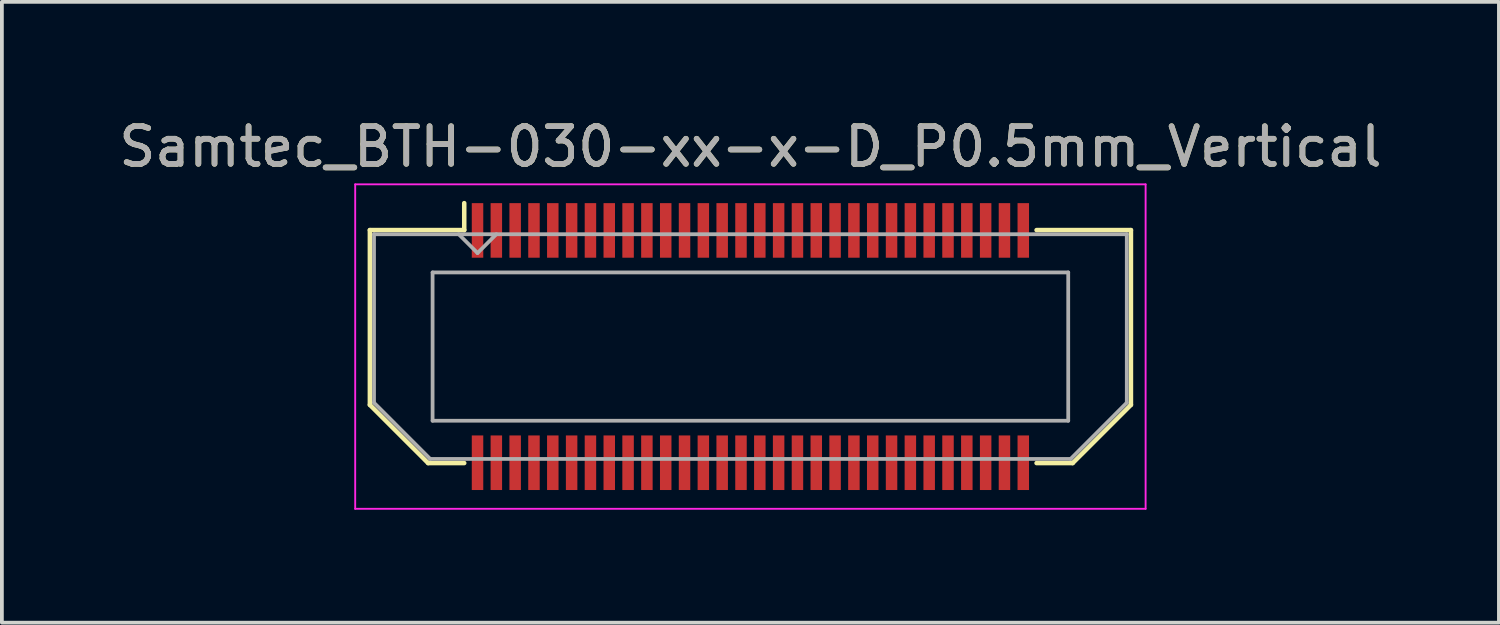
<source format=kicad_pcb>
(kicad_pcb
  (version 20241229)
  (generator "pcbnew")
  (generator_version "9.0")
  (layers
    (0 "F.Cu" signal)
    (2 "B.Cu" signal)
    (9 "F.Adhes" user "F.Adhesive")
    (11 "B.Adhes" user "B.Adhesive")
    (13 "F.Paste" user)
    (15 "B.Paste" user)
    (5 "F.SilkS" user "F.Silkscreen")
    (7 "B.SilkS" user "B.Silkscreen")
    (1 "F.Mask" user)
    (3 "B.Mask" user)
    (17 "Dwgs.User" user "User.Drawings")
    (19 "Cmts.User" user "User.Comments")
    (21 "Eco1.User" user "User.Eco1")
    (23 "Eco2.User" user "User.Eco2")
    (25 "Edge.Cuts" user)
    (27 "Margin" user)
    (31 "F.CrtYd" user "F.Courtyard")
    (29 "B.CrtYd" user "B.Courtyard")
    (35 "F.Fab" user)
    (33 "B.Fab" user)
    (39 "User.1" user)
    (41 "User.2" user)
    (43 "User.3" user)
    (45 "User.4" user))
  (footprint "Samtec_BTH-030-xx-x-D_P0.5mm_Vertical"
    (layer "F.Cu")
    (at 16.887 6.158)
    (property "Reference" "Samtec_BTH-030-xx-x-D_P0.5mm_Vertical" (at 0 -5.31 0) (layer "F.SilkS") (effects (font (size 1 1) (thickness 0.15))))
    (attr smd)
    (fp_line (start -10.11 -3.095) (end -10.11 1.548) (stroke (width 0.12) (type solid)) (layer "F.SilkS"))
    (fp_line (start -10.11 1.548) (end -8.562 3.095) (stroke (width 0.12) (type solid)) (layer "F.SilkS"))
    (fp_line (start -8.562 3.095) (end -7.603 3.095) (stroke (width 0.12) (type solid)) (layer "F.SilkS"))
    (fp_line (start -7.603 -3.811) (end -7.603 -3.095) (stroke (width 0.12) (type solid)) (layer "F.SilkS"))
    (fp_line (start -7.603 -3.095) (end -10.11 -3.095) (stroke (width 0.12) (type solid)) (layer "F.SilkS"))
    (fp_line (start 7.603 -3.095) (end 10.11 -3.095) (stroke (width 0.12) (type solid)) (layer "F.SilkS"))
    (fp_line (start 8.562 3.095) (end 7.603 3.095) (stroke (width 0.12) (type solid)) (layer "F.SilkS"))
    (fp_line (start 10.11 -3.095) (end 10.11 1.548) (stroke (width 0.12) (type solid)) (layer "F.SilkS"))
    (fp_line (start 10.11 1.548) (end 8.562 3.095) (stroke (width 0.12) (type solid)) (layer "F.SilkS"))
    (fp_line (start -10.5 -4.31) (end -10.5 4.31) (stroke (width 0.05) (type solid)) (layer "F.CrtYd"))
    (fp_line (start -10.5 4.31) (end 10.5 4.31) (stroke (width 0.05) (type solid)) (layer "F.CrtYd"))
    (fp_line (start 10.5 -4.31) (end -10.5 -4.31) (stroke (width 0.05) (type solid)) (layer "F.CrtYd"))
    (fp_line (start 10.5 4.31) (end 10.5 -4.31) (stroke (width 0.05) (type solid)) (layer "F.CrtYd"))
    (fp_line (start -10 -2.985) (end -10 1.492) (stroke (width 0.1) (type solid)) (layer "F.Fab"))
    (fp_line (start -10 -2.985) (end 10 -2.985) (stroke (width 0.1) (type solid)) (layer "F.Fab"))
    (fp_line (start -10 1.492) (end -8.508 2.985) (stroke (width 0.1) (type solid)) (layer "F.Fab"))
    (fp_line (start -8.508 2.985) (end 8.508 2.985) (stroke (width 0.1) (type solid)) (layer "F.Fab"))
    (fp_line (start -8.444 -1.97) (end -8.444 1.97) (stroke (width 0.1) (type solid)) (layer "F.Fab"))
    (fp_line (start -8.444 1.97) (end 8.444 1.97) (stroke (width 0.1) (type solid)) (layer "F.Fab"))
    (fp_line (start -7.25 -2.485) (end -7.75 -2.985) (stroke (width 0.1) (type solid)) (layer "F.Fab"))
    (fp_line (start -6.75 -2.985) (end -7.25 -2.485) (stroke (width 0.1) (type solid)) (layer "F.Fab"))
    (fp_line (start 8.444 -1.97) (end -8.444 -1.97) (stroke (width 0.1) (type solid)) (layer "F.Fab"))
    (fp_line (start 8.444 1.97) (end 8.444 -1.97) (stroke (width 0.1) (type solid)) (layer "F.Fab"))
    (fp_line (start 10 -2.985) (end 10 1.492) (stroke (width 0.1) (type solid)) (layer "F.Fab"))
    (fp_line (start 10 1.492) (end 8.508 2.985) (stroke (width 0.1) (type solid)) (layer "F.Fab"))
    (fp_text user "${REFERENCE}" (at 0 -5.31 0) (layer "F.Fab") (effects (font (size 1 1) (thickness 0.15))))
    (pad "1" smd rect (at -7.25 -3.086) (size 0.305 1.45) (layers "F.Cu" "F.Mask" "F.Paste"))
    (pad "2" smd rect (at -7.25 3.086) (size 0.305 1.45) (layers "F.Cu" "F.Mask" "F.Paste"))
    (pad "3" smd rect (at -6.75 -3.086) (size 0.305 1.45) (layers "F.Cu" "F.Mask" "F.Paste"))
    (pad "4" smd rect (at -6.75 3.086) (size 0.305 1.45) (layers "F.Cu" "F.Mask" "F.Paste"))
    (pad "5" smd rect (at -6.25 -3.086) (size 0.305 1.45) (layers "F.Cu" "F.Mask" "F.Paste"))
    (pad "6" smd rect (at -6.25 3.086) (size 0.305 1.45) (layers "F.Cu" "F.Mask" "F.Paste"))
    (pad "7" smd rect (at -5.75 -3.086) (size 0.305 1.45) (layers "F.Cu" "F.Mask" "F.Paste"))
    (pad "8" smd rect (at -5.75 3.086) (size 0.305 1.45) (layers "F.Cu" "F.Mask" "F.Paste"))
    (pad "9" smd rect (at -5.25 -3.086) (size 0.305 1.45) (layers "F.Cu" "F.Mask" "F.Paste"))
    (pad "10" smd rect (at -5.25 3.086) (size 0.305 1.45) (layers "F.Cu" "F.Mask" "F.Paste"))
    (pad "11" smd rect (at -4.75 -3.086) (size 0.305 1.45) (layers "F.Cu" "F.Mask" "F.Paste"))
    (pad "12" smd rect (at -4.75 3.086) (size 0.305 1.45) (layers "F.Cu" "F.Mask" "F.Paste"))
    (pad "13" smd rect (at -4.25 -3.086) (size 0.305 1.45) (layers "F.Cu" "F.Mask" "F.Paste"))
    (pad "14" smd rect (at -4.25 3.086) (size 0.305 1.45) (layers "F.Cu" "F.Mask" "F.Paste"))
    (pad "15" smd rect (at -3.75 -3.086) (size 0.305 1.45) (layers "F.Cu" "F.Mask" "F.Paste"))
    (pad "16" smd rect (at -3.75 3.086) (size 0.305 1.45) (layers "F.Cu" "F.Mask" "F.Paste"))
    (pad "17" smd rect (at -3.25 -3.086) (size 0.305 1.45) (layers "F.Cu" "F.Mask" "F.Paste"))
    (pad "18" smd rect (at -3.25 3.086) (size 0.305 1.45) (layers "F.Cu" "F.Mask" "F.Paste"))
    (pad "19" smd rect (at -2.75 -3.086) (size 0.305 1.45) (layers "F.Cu" "F.Mask" "F.Paste"))
    (pad "20" smd rect (at -2.75 3.086) (size 0.305 1.45) (layers "F.Cu" "F.Mask" "F.Paste"))
    (pad "21" smd rect (at -2.25 -3.086) (size 0.305 1.45) (layers "F.Cu" "F.Mask" "F.Paste"))
    (pad "22" smd rect (at -2.25 3.086) (size 0.305 1.45) (layers "F.Cu" "F.Mask" "F.Paste"))
    (pad "23" smd rect (at -1.75 -3.086) (size 0.305 1.45) (layers "F.Cu" "F.Mask" "F.Paste"))
    (pad "24" smd rect (at -1.75 3.086) (size 0.305 1.45) (layers "F.Cu" "F.Mask" "F.Paste"))
    (pad "25" smd rect (at -1.25 -3.086) (size 0.305 1.45) (layers "F.Cu" "F.Mask" "F.Paste"))
    (pad "26" smd rect (at -1.25 3.086) (size 0.305 1.45) (layers "F.Cu" "F.Mask" "F.Paste"))
    (pad "27" smd rect (at -0.75 -3.086) (size 0.305 1.45) (layers "F.Cu" "F.Mask" "F.Paste"))
    (pad "28" smd rect (at -0.75 3.086) (size 0.305 1.45) (layers "F.Cu" "F.Mask" "F.Paste"))
    (pad "29" smd rect (at -0.25 -3.086) (size 0.305 1.45) (layers "F.Cu" "F.Mask" "F.Paste"))
    (pad "30" smd rect (at -0.25 3.086) (size 0.305 1.45) (layers "F.Cu" "F.Mask" "F.Paste"))
    (pad "31" smd rect (at 0.25 -3.086) (size 0.305 1.45) (layers "F.Cu" "F.Mask" "F.Paste"))
    (pad "32" smd rect (at 0.25 3.086) (size 0.305 1.45) (layers "F.Cu" "F.Mask" "F.Paste"))
    (pad "33" smd rect (at 0.75 -3.086) (size 0.305 1.45) (layers "F.Cu" "F.Mask" "F.Paste"))
    (pad "34" smd rect (at 0.75 3.086) (size 0.305 1.45) (layers "F.Cu" "F.Mask" "F.Paste"))
    (pad "35" smd rect (at 1.25 -3.086) (size 0.305 1.45) (layers "F.Cu" "F.Mask" "F.Paste"))
    (pad "36" smd rect (at 1.25 3.086) (size 0.305 1.45) (layers "F.Cu" "F.Mask" "F.Paste"))
    (pad "37" smd rect (at 1.75 -3.086) (size 0.305 1.45) (layers "F.Cu" "F.Mask" "F.Paste"))
    (pad "38" smd rect (at 1.75 3.086) (size 0.305 1.45) (layers "F.Cu" "F.Mask" "F.Paste"))
    (pad "39" smd rect (at 2.25 -3.086) (size 0.305 1.45) (layers "F.Cu" "F.Mask" "F.Paste"))
    (pad "40" smd rect (at 2.25 3.086) (size 0.305 1.45) (layers "F.Cu" "F.Mask" "F.Paste"))
    (pad "41" smd rect (at 2.75 -3.086) (size 0.305 1.45) (layers "F.Cu" "F.Mask" "F.Paste"))
    (pad "42" smd rect (at 2.75 3.086) (size 0.305 1.45) (layers "F.Cu" "F.Mask" "F.Paste"))
    (pad "43" smd rect (at 3.25 -3.086) (size 0.305 1.45) (layers "F.Cu" "F.Mask" "F.Paste"))
    (pad "44" smd rect (at 3.25 3.086) (size 0.305 1.45) (layers "F.Cu" "F.Mask" "F.Paste"))
    (pad "45" smd rect (at 3.75 -3.086) (size 0.305 1.45) (layers "F.Cu" "F.Mask" "F.Paste"))
    (pad "46" smd rect (at 3.75 3.086) (size 0.305 1.45) (layers "F.Cu" "F.Mask" "F.Paste"))
    (pad "47" smd rect (at 4.25 -3.086) (size 0.305 1.45) (layers "F.Cu" "F.Mask" "F.Paste"))
    (pad "48" smd rect (at 4.25 3.086) (size 0.305 1.45) (layers "F.Cu" "F.Mask" "F.Paste"))
    (pad "49" smd rect (at 4.75 -3.086) (size 0.305 1.45) (layers "F.Cu" "F.Mask" "F.Paste"))
    (pad "50" smd rect (at 4.75 3.086) (size 0.305 1.45) (layers "F.Cu" "F.Mask" "F.Paste"))
    (pad "51" smd rect (at 5.25 -3.086) (size 0.305 1.45) (layers "F.Cu" "F.Mask" "F.Paste"))
    (pad "52" smd rect (at 5.25 3.086) (size 0.305 1.45) (layers "F.Cu" "F.Mask" "F.Paste"))
    (pad "53" smd rect (at 5.75 -3.086) (size 0.305 1.45) (layers "F.Cu" "F.Mask" "F.Paste"))
    (pad "54" smd rect (at 5.75 3.086) (size 0.305 1.45) (layers "F.Cu" "F.Mask" "F.Paste"))
    (pad "55" smd rect (at 6.25 -3.086) (size 0.305 1.45) (layers "F.Cu" "F.Mask" "F.Paste"))
    (pad "56" smd rect (at 6.25 3.086) (size 0.305 1.45) (layers "F.Cu" "F.Mask" "F.Paste"))
    (pad "57" smd rect (at 6.75 -3.086) (size 0.305 1.45) (layers "F.Cu" "F.Mask" "F.Paste"))
    (pad "58" smd rect (at 6.75 3.086) (size 0.305 1.45) (layers "F.Cu" "F.Mask" "F.Paste"))
    (pad "59" smd rect (at 7.25 -3.086) (size 0.305 1.45) (layers "F.Cu" "F.Mask" "F.Paste"))
    (pad "60" smd rect (at 7.25 3.086) (size 0.305 1.45) (layers "F.Cu" "F.Mask" "F.Paste")))
  (gr_rect
    (start -3 -3)
    (end 36.774 13.493)
    (stroke (width 0.1) (type default))
    (fill no)
    (layer "Edge.Cuts")))
</source>
